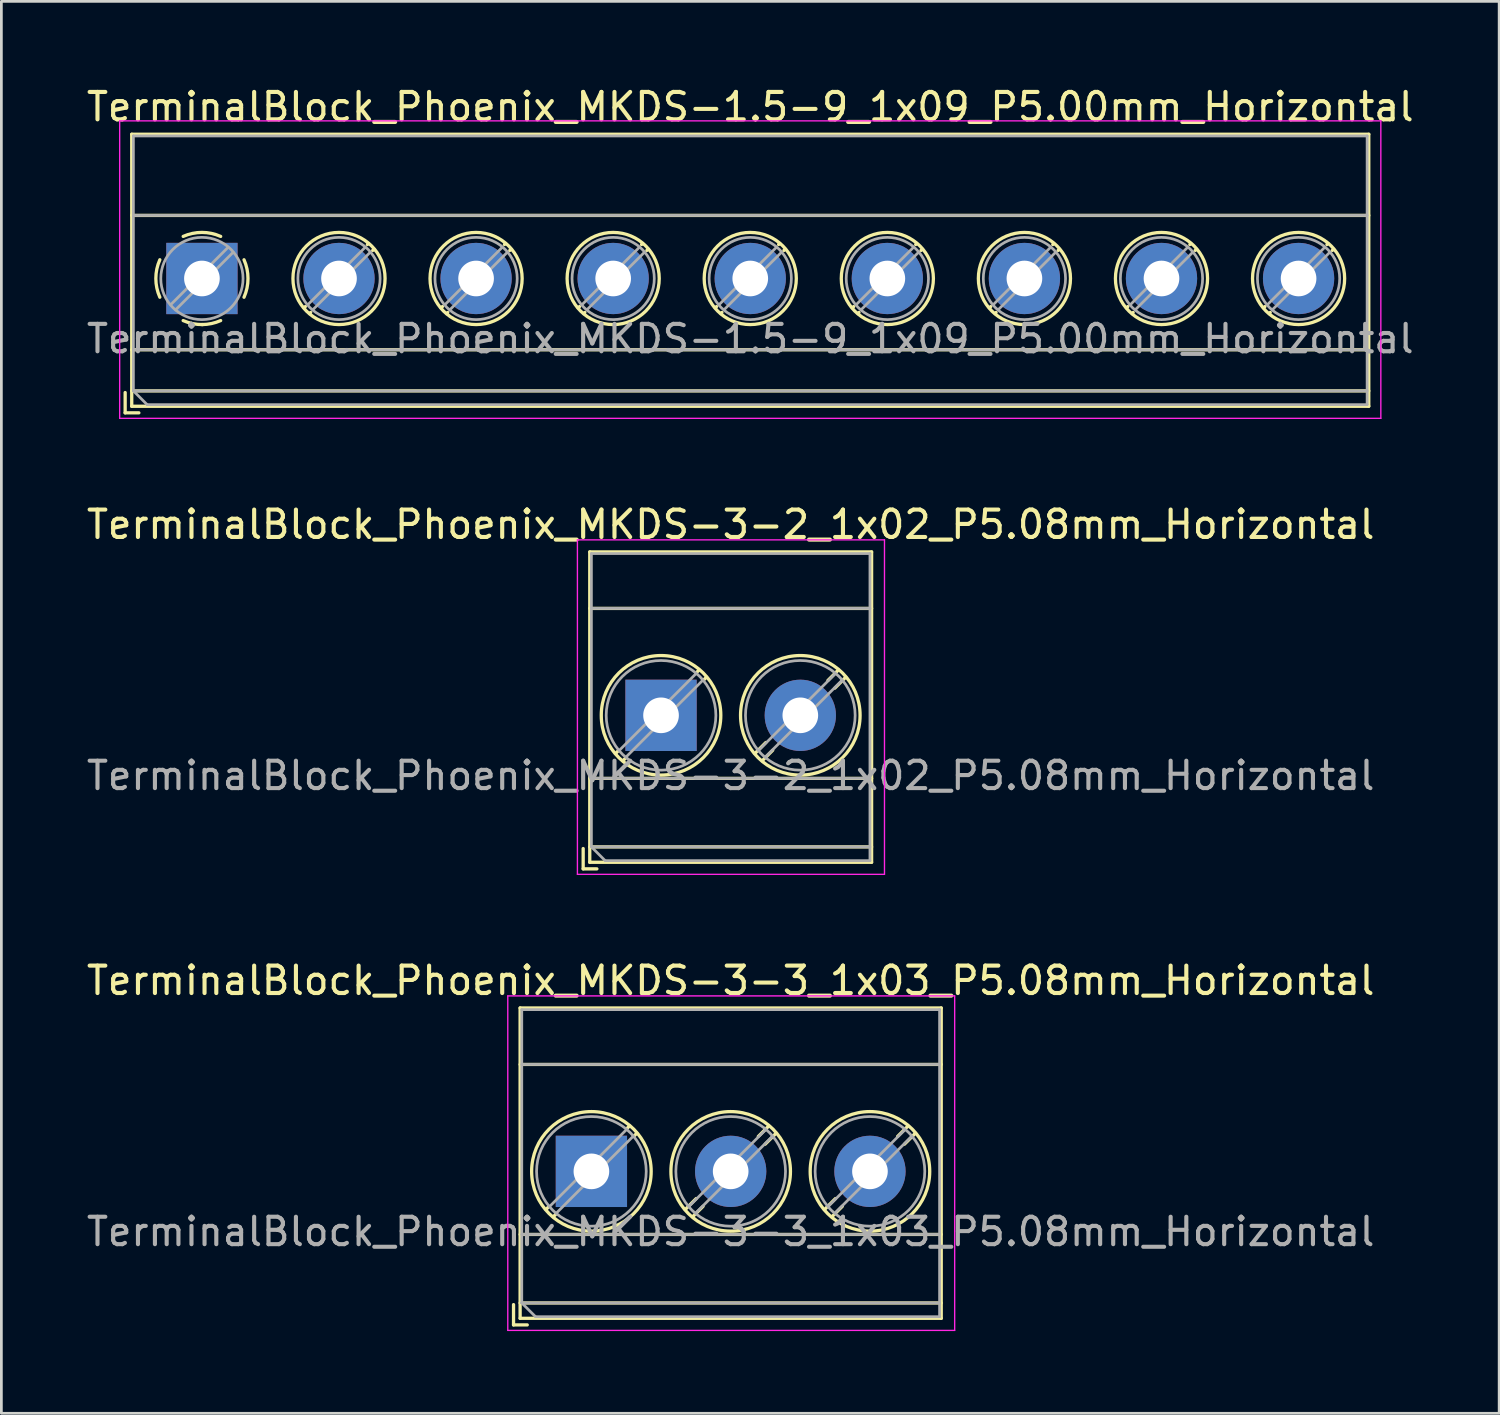
<source format=kicad_pcb>
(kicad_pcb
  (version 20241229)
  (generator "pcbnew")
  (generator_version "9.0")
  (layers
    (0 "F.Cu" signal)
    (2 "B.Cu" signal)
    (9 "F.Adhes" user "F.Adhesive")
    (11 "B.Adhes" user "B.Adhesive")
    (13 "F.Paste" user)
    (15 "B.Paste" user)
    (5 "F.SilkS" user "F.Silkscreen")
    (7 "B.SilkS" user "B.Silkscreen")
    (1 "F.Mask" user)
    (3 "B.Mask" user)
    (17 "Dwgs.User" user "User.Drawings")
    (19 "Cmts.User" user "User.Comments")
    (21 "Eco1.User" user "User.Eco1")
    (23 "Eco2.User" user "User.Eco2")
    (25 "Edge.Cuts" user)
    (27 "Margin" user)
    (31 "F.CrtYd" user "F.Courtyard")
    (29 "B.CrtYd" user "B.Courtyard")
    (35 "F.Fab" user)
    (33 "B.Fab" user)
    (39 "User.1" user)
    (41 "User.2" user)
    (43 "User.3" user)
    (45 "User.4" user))
  (footprint "TerminalBlock_Phoenix_MKDS-1.5-9_1x09_P5.00mm_Horizontal"
    (layer "F.Cu")
    (at 4.315 7.108)
    (property "Reference" "TerminalBlock_Phoenix_MKDS-1.5-9_1x09_P5.00mm_Horizontal" (at 20 -6.26 0) (layer "F.SilkS") (effects (font (size 1 1) (thickness 0.15))))
    (attr through_hole)
    (fp_line (start -2.8 4.16) (end -2.8 4.9) (stroke (width 0.12) (type solid)) (layer "F.SilkS"))
    (fp_line (start -2.8 4.9) (end -2.3 4.9) (stroke (width 0.12) (type solid)) (layer "F.SilkS"))
    (fp_line (start -2.56 -5.261) (end -2.56 4.66) (stroke (width 0.12) (type solid)) (layer "F.SilkS"))
    (fp_line (start -2.56 -5.261) (end 42.56 -5.261) (stroke (width 0.12) (type solid)) (layer "F.SilkS"))
    (fp_line (start -2.56 -2.301) (end 42.56 -2.301) (stroke (width 0.12) (type solid)) (layer "F.SilkS"))
    (fp_line (start -2.56 2.6) (end 42.56 2.6) (stroke (width 0.12) (type solid)) (layer "F.SilkS"))
    (fp_line (start -2.56 4.1) (end 42.56 4.1) (stroke (width 0.12) (type solid)) (layer "F.SilkS"))
    (fp_line (start -2.56 4.66) (end 42.56 4.66) (stroke (width 0.12) (type solid)) (layer "F.SilkS"))
    (fp_line (start 3.773 1.023) (end 3.726 1.069) (stroke (width 0.12) (type solid)) (layer "F.SilkS"))
    (fp_line (start 3.966 1.239) (end 3.931 1.274) (stroke (width 0.12) (type solid)) (layer "F.SilkS"))
    (fp_line (start 6.07 -1.275) (end 6.035 -1.239) (stroke (width 0.12) (type solid)) (layer "F.SilkS"))
    (fp_line (start 6.275 -1.069) (end 6.228 -1.023) (stroke (width 0.12) (type solid)) (layer "F.SilkS"))
    (fp_line (start 8.773 1.023) (end 8.726 1.069) (stroke (width 0.12) (type solid)) (layer "F.SilkS"))
    (fp_line (start 8.966 1.239) (end 8.931 1.274) (stroke (width 0.12) (type solid)) (layer "F.SilkS"))
    (fp_line (start 11.07 -1.275) (end 11.035 -1.239) (stroke (width 0.12) (type solid)) (layer "F.SilkS"))
    (fp_line (start 11.275 -1.069) (end 11.228 -1.023) (stroke (width 0.12) (type solid)) (layer "F.SilkS"))
    (fp_line (start 13.773 1.023) (end 13.726 1.069) (stroke (width 0.12) (type solid)) (layer "F.SilkS"))
    (fp_line (start 13.966 1.239) (end 13.931 1.274) (stroke (width 0.12) (type solid)) (layer "F.SilkS"))
    (fp_line (start 16.07 -1.275) (end 16.035 -1.239) (stroke (width 0.12) (type solid)) (layer "F.SilkS"))
    (fp_line (start 16.275 -1.069) (end 16.228 -1.023) (stroke (width 0.12) (type solid)) (layer "F.SilkS"))
    (fp_line (start 18.773 1.023) (end 18.726 1.069) (stroke (width 0.12) (type solid)) (layer "F.SilkS"))
    (fp_line (start 18.966 1.239) (end 18.931 1.274) (stroke (width 0.12) (type solid)) (layer "F.SilkS"))
    (fp_line (start 21.07 -1.275) (end 21.035 -1.239) (stroke (width 0.12) (type solid)) (layer "F.SilkS"))
    (fp_line (start 21.275 -1.069) (end 21.228 -1.023) (stroke (width 0.12) (type solid)) (layer "F.SilkS"))
    (fp_line (start 23.773 1.023) (end 23.726 1.069) (stroke (width 0.12) (type solid)) (layer "F.SilkS"))
    (fp_line (start 23.966 1.239) (end 23.931 1.274) (stroke (width 0.12) (type solid)) (layer "F.SilkS"))
    (fp_line (start 26.07 -1.275) (end 26.035 -1.239) (stroke (width 0.12) (type solid)) (layer "F.SilkS"))
    (fp_line (start 26.275 -1.069) (end 26.228 -1.023) (stroke (width 0.12) (type solid)) (layer "F.SilkS"))
    (fp_line (start 28.773 1.023) (end 28.726 1.069) (stroke (width 0.12) (type solid)) (layer "F.SilkS"))
    (fp_line (start 28.966 1.239) (end 28.931 1.274) (stroke (width 0.12) (type solid)) (layer "F.SilkS"))
    (fp_line (start 31.07 -1.275) (end 31.035 -1.239) (stroke (width 0.12) (type solid)) (layer "F.SilkS"))
    (fp_line (start 31.275 -1.069) (end 31.228 -1.023) (stroke (width 0.12) (type solid)) (layer "F.SilkS"))
    (fp_line (start 33.773 1.023) (end 33.726 1.069) (stroke (width 0.12) (type solid)) (layer "F.SilkS"))
    (fp_line (start 33.966 1.239) (end 33.931 1.274) (stroke (width 0.12) (type solid)) (layer "F.SilkS"))
    (fp_line (start 36.07 -1.275) (end 36.035 -1.239) (stroke (width 0.12) (type solid)) (layer "F.SilkS"))
    (fp_line (start 36.275 -1.069) (end 36.228 -1.023) (stroke (width 0.12) (type solid)) (layer "F.SilkS"))
    (fp_line (start 38.773 1.023) (end 38.726 1.069) (stroke (width 0.12) (type solid)) (layer "F.SilkS"))
    (fp_line (start 38.966 1.239) (end 38.931 1.274) (stroke (width 0.12) (type solid)) (layer "F.SilkS"))
    (fp_line (start 41.07 -1.275) (end 41.035 -1.239) (stroke (width 0.12) (type solid)) (layer "F.SilkS"))
    (fp_line (start 41.275 -1.069) (end 41.228 -1.023) (stroke (width 0.12) (type solid)) (layer "F.SilkS"))
    (fp_line (start 42.56 -5.261) (end 42.56 4.66) (stroke (width 0.12) (type solid)) (layer "F.SilkS"))
    (fp_arc (start -1.535427 0.683042) (mid -1.680501 -0.000524) (end -1.535 -0.684) (stroke (width 0.12) (type solid)) (layer "F.SilkS"))
    (fp_arc (start -0.683042 -1.535427) (mid 0.000524 -1.680501) (end 0.684 -1.535) (stroke (width 0.12) (type solid)) (layer "F.SilkS"))
    (fp_arc (start 0.028805 1.680253) (mid -0.335551 1.646659) (end -0.684 1.535) (stroke (width 0.12) (type solid)) (layer "F.SilkS"))
    (fp_arc (start 0.683318 1.534756) (mid 0.349292 1.643288) (end 0 1.68) (stroke (width 0.12) (type solid)) (layer "F.SilkS"))
    (fp_arc (start 1.535427 -0.683042) (mid 1.680501 0.000524) (end 1.535 0.684) (stroke (width 0.12) (type solid)) (layer "F.SilkS"))
    (fp_circle (center 5 0) (end 6.68 0) (stroke (width 0.12) (type solid)) (fill no) (layer "F.SilkS"))
    (fp_circle (center 10 0) (end 11.68 0) (stroke (width 0.12) (type solid)) (fill no) (layer "F.SilkS"))
    (fp_circle (center 15 0) (end 16.68 0) (stroke (width 0.12) (type solid)) (fill no) (layer "F.SilkS"))
    (fp_circle (center 20 0) (end 21.68 0) (stroke (width 0.12) (type solid)) (fill no) (layer "F.SilkS"))
    (fp_circle (center 25 0) (end 26.68 0) (stroke (width 0.12) (type solid)) (fill no) (layer "F.SilkS"))
    (fp_circle (center 30 0) (end 31.68 0) (stroke (width 0.12) (type solid)) (fill no) (layer "F.SilkS"))
    (fp_circle (center 35 0) (end 36.68 0) (stroke (width 0.12) (type solid)) (fill no) (layer "F.SilkS"))
    (fp_circle (center 40 0) (end 41.68 0) (stroke (width 0.12) (type solid)) (fill no) (layer "F.SilkS"))
    (fp_line (start -3 -5.75) (end -3 5.1) (stroke (width 0.05) (type solid)) (layer "F.CrtYd"))
    (fp_line (start -3 5.1) (end 43 5.1) (stroke (width 0.05) (type solid)) (layer "F.CrtYd"))
    (fp_line (start 43 -5.75) (end -3 -5.75) (stroke (width 0.05) (type solid)) (layer "F.CrtYd"))
    (fp_line (start 43 5.1) (end 43 -5.75) (stroke (width 0.05) (type solid)) (layer "F.CrtYd"))
    (fp_line (start -2.5 -5.2) (end 42.5 -5.2) (stroke (width 0.1) (type solid)) (layer "F.Fab"))
    (fp_line (start -2.5 -2.3) (end 42.5 -2.3) (stroke (width 0.1) (type solid)) (layer "F.Fab"))
    (fp_line (start -2.5 2.6) (end 42.5 2.6) (stroke (width 0.1) (type solid)) (layer "F.Fab"))
    (fp_line (start -2.5 4.1) (end -2.5 -5.2) (stroke (width 0.1) (type solid)) (layer "F.Fab"))
    (fp_line (start -2.5 4.1) (end 42.5 4.1) (stroke (width 0.1) (type solid)) (layer "F.Fab"))
    (fp_line (start -2 4.6) (end -2.5 4.1) (stroke (width 0.1) (type solid)) (layer "F.Fab"))
    (fp_line (start 0.955 -1.138) (end -1.138 0.955) (stroke (width 0.1) (type solid)) (layer "F.Fab"))
    (fp_line (start 1.138 -0.955) (end -0.955 1.138) (stroke (width 0.1) (type solid)) (layer "F.Fab"))
    (fp_line (start 5.955 -1.138) (end 3.863 0.955) (stroke (width 0.1) (type solid)) (layer "F.Fab"))
    (fp_line (start 6.138 -0.955) (end 4.046 1.138) (stroke (width 0.1) (type solid)) (layer "F.Fab"))
    (fp_line (start 10.955 -1.138) (end 8.863 0.955) (stroke (width 0.1) (type solid)) (layer "F.Fab"))
    (fp_line (start 11.138 -0.955) (end 9.046 1.138) (stroke (width 0.1) (type solid)) (layer "F.Fab"))
    (fp_line (start 15.955 -1.138) (end 13.863 0.955) (stroke (width 0.1) (type solid)) (layer "F.Fab"))
    (fp_line (start 16.138 -0.955) (end 14.046 1.138) (stroke (width 0.1) (type solid)) (layer "F.Fab"))
    (fp_line (start 20.955 -1.138) (end 18.863 0.955) (stroke (width 0.1) (type solid)) (layer "F.Fab"))
    (fp_line (start 21.138 -0.955) (end 19.046 1.138) (stroke (width 0.1) (type solid)) (layer "F.Fab"))
    (fp_line (start 25.955 -1.138) (end 23.863 0.955) (stroke (width 0.1) (type solid)) (layer "F.Fab"))
    (fp_line (start 26.138 -0.955) (end 24.046 1.138) (stroke (width 0.1) (type solid)) (layer "F.Fab"))
    (fp_line (start 30.955 -1.138) (end 28.863 0.955) (stroke (width 0.1) (type solid)) (layer "F.Fab"))
    (fp_line (start 31.138 -0.955) (end 29.046 1.138) (stroke (width 0.1) (type solid)) (layer "F.Fab"))
    (fp_line (start 35.955 -1.138) (end 33.863 0.955) (stroke (width 0.1) (type solid)) (layer "F.Fab"))
    (fp_line (start 36.138 -0.955) (end 34.046 1.138) (stroke (width 0.1) (type solid)) (layer "F.Fab"))
    (fp_line (start 40.955 -1.138) (end 38.863 0.955) (stroke (width 0.1) (type solid)) (layer "F.Fab"))
    (fp_line (start 41.138 -0.955) (end 39.046 1.138) (stroke (width 0.1) (type solid)) (layer "F.Fab"))
    (fp_line (start 42.5 -5.2) (end 42.5 4.6) (stroke (width 0.1) (type solid)) (layer "F.Fab"))
    (fp_line (start 42.5 4.6) (end -2 4.6) (stroke (width 0.1) (type solid)) (layer "F.Fab"))
    (fp_circle (center 0 0) (end 1.5 0) (stroke (width 0.1) (type solid)) (fill no) (layer "F.Fab"))
    (fp_circle (center 5 0) (end 6.5 0) (stroke (width 0.1) (type solid)) (fill no) (layer "F.Fab"))
    (fp_circle (center 10 0) (end 11.5 0) (stroke (width 0.1) (type solid)) (fill no) (layer "F.Fab"))
    (fp_circle (center 15 0) (end 16.5 0) (stroke (width 0.1) (type solid)) (fill no) (layer "F.Fab"))
    (fp_circle (center 20 0) (end 21.5 0) (stroke (width 0.1) (type solid)) (fill no) (layer "F.Fab"))
    (fp_circle (center 25 0) (end 26.5 0) (stroke (width 0.1) (type solid)) (fill no) (layer "F.Fab"))
    (fp_circle (center 30 0) (end 31.5 0) (stroke (width 0.1) (type solid)) (fill no) (layer "F.Fab"))
    (fp_circle (center 35 0) (end 36.5 0) (stroke (width 0.1) (type solid)) (fill no) (layer "F.Fab"))
    (fp_circle (center 40 0) (end 41.5 0) (stroke (width 0.1) (type solid)) (fill no) (layer "F.Fab"))
    (fp_text user "${REFERENCE}" (at 20 2.2 0) (layer "F.Fab") (effects (font (size 1 1) (thickness 0.15))))
    (pad "1" thru_hole rect (at 0 0) (size 2.6 2.6) (drill 1.3) (layers "*.Cu" "*.Mask"))
    (pad "2" thru_hole circle (at 5 0) (size 2.6 2.6) (drill 1.3) (layers "*.Cu" "*.Mask"))
    (pad "3" thru_hole circle (at 10 0) (size 2.6 2.6) (drill 1.3) (layers "*.Cu" "*.Mask"))
    (pad "4" thru_hole circle (at 15 0) (size 2.6 2.6) (drill 1.3) (layers "*.Cu" "*.Mask"))
    (pad "5" thru_hole circle (at 20 0) (size 2.6 2.6) (drill 1.3) (layers "*.Cu" "*.Mask"))
    (pad "6" thru_hole circle (at 25 0) (size 2.6 2.6) (drill 1.3) (layers "*.Cu" "*.Mask"))
    (pad "7" thru_hole circle (at 30 0) (size 2.6 2.6) (drill 1.3) (layers "*.Cu" "*.Mask"))
    (pad "8" thru_hole circle (at 35 0) (size 2.6 2.6) (drill 1.3) (layers "*.Cu" "*.Mask"))
    (pad "9" thru_hole circle (at 40 0) (size 2.6 2.6) (drill 1.3) (layers "*.Cu" "*.Mask")))
  (footprint "TerminalBlock_Phoenix_MKDS-3-3_1x03_P5.08mm_Horizontal"
    (layer "F.Cu")
    (at 18.521 39.675)
    (property "Reference" "TerminalBlock_Phoenix_MKDS-3-3_1x03_P5.08mm_Horizontal" (at 5.08 -6.96 0) (layer "F.SilkS") (effects (font (size 1 1) (thickness 0.15))))
    (attr through_hole)
    (fp_line (start -2.84 4.86) (end -2.84 5.6) (stroke (width 0.12) (type solid)) (layer "F.SilkS"))
    (fp_line (start -2.84 5.6) (end -2.34 5.6) (stroke (width 0.12) (type solid)) (layer "F.SilkS"))
    (fp_line (start -2.6 -5.96) (end -2.6 5.36) (stroke (width 0.12) (type solid)) (layer "F.SilkS"))
    (fp_line (start -2.6 -5.96) (end 12.76 -5.96) (stroke (width 0.12) (type solid)) (layer "F.SilkS"))
    (fp_line (start -2.6 -3.9) (end 12.76 -3.9) (stroke (width 0.12) (type solid)) (layer "F.SilkS"))
    (fp_line (start -2.6 2.3) (end 12.76 2.3) (stroke (width 0.12) (type solid)) (layer "F.SilkS"))
    (fp_line (start -2.6 4.8) (end 12.76 4.8) (stroke (width 0.12) (type solid)) (layer "F.SilkS"))
    (fp_line (start -2.6 5.36) (end 12.76 5.36) (stroke (width 0.12) (type solid)) (layer "F.SilkS"))
    (fp_line (start -1.548 1.281) (end -1.654 1.388) (stroke (width 0.12) (type solid)) (layer "F.SilkS"))
    (fp_line (start -1.282 1.547) (end -1.388 1.654) (stroke (width 0.12) (type solid)) (layer "F.SilkS"))
    (fp_line (start 1.388 -1.654) (end 1.281 -1.547) (stroke (width 0.12) (type solid)) (layer "F.SilkS"))
    (fp_line (start 1.654 -1.388) (end 1.547 -1.281) (stroke (width 0.12) (type solid)) (layer "F.SilkS"))
    (fp_line (start 3.822 0.992) (end 3.427 1.388) (stroke (width 0.12) (type solid)) (layer "F.SilkS"))
    (fp_line (start 4.073 1.274) (end 3.693 1.654) (stroke (width 0.12) (type solid)) (layer "F.SilkS"))
    (fp_line (start 6.468 -1.654) (end 6.088 -1.274) (stroke (width 0.12) (type solid)) (layer "F.SilkS"))
    (fp_line (start 6.734 -1.388) (end 6.339 -0.992) (stroke (width 0.12) (type solid)) (layer "F.SilkS"))
    (fp_line (start 8.902 0.992) (end 8.507 1.388) (stroke (width 0.12) (type solid)) (layer "F.SilkS"))
    (fp_line (start 9.153 1.274) (end 8.773 1.654) (stroke (width 0.12) (type solid)) (layer "F.SilkS"))
    (fp_line (start 11.548 -1.654) (end 11.168 -1.274) (stroke (width 0.12) (type solid)) (layer "F.SilkS"))
    (fp_line (start 11.814 -1.388) (end 11.419 -0.992) (stroke (width 0.12) (type solid)) (layer "F.SilkS"))
    (fp_line (start 12.76 -5.96) (end 12.76 5.36) (stroke (width 0.12) (type solid)) (layer "F.SilkS"))
    (fp_circle (center 0 0) (end 2.18 0) (stroke (width 0.12) (type solid)) (fill no) (layer "F.SilkS"))
    (fp_circle (center 5.08 0) (end 7.26 0) (stroke (width 0.12) (type solid)) (fill no) (layer "F.SilkS"))
    (fp_circle (center 10.16 0) (end 12.34 0) (stroke (width 0.12) (type solid)) (fill no) (layer "F.SilkS"))
    (fp_line (start -3.05 -6.4) (end -3.05 5.8) (stroke (width 0.05) (type solid)) (layer "F.CrtYd"))
    (fp_line (start -3.05 5.8) (end 13.25 5.8) (stroke (width 0.05) (type solid)) (layer "F.CrtYd"))
    (fp_line (start 13.25 -6.4) (end -3.05 -6.4) (stroke (width 0.05) (type solid)) (layer "F.CrtYd"))
    (fp_line (start 13.25 5.8) (end 13.25 -6.4) (stroke (width 0.05) (type solid)) (layer "F.CrtYd"))
    (fp_line (start -2.54 -5.9) (end 12.7 -5.9) (stroke (width 0.1) (type solid)) (layer "F.Fab"))
    (fp_line (start -2.54 -3.9) (end 12.7 -3.9) (stroke (width 0.1) (type solid)) (layer "F.Fab"))
    (fp_line (start -2.54 2.3) (end 12.7 2.3) (stroke (width 0.1) (type solid)) (layer "F.Fab"))
    (fp_line (start -2.54 4.8) (end -2.54 -5.9) (stroke (width 0.1) (type solid)) (layer "F.Fab"))
    (fp_line (start -2.54 4.8) (end 12.7 4.8) (stroke (width 0.1) (type solid)) (layer "F.Fab"))
    (fp_line (start -2.04 5.3) (end -2.54 4.8) (stroke (width 0.1) (type solid)) (layer "F.Fab"))
    (fp_line (start 1.273 -1.517) (end -1.517 1.273) (stroke (width 0.1) (type solid)) (layer "F.Fab"))
    (fp_line (start 1.517 -1.273) (end -1.273 1.517) (stroke (width 0.1) (type solid)) (layer "F.Fab"))
    (fp_line (start 6.353 -1.517) (end 3.564 1.273) (stroke (width 0.1) (type solid)) (layer "F.Fab"))
    (fp_line (start 6.597 -1.273) (end 3.808 1.517) (stroke (width 0.1) (type solid)) (layer "F.Fab"))
    (fp_line (start 11.433 -1.517) (end 8.644 1.273) (stroke (width 0.1) (type solid)) (layer "F.Fab"))
    (fp_line (start 11.677 -1.273) (end 8.888 1.517) (stroke (width 0.1) (type solid)) (layer "F.Fab"))
    (fp_line (start 12.7 -5.9) (end 12.7 5.3) (stroke (width 0.1) (type solid)) (layer "F.Fab"))
    (fp_line (start 12.7 5.3) (end -2.04 5.3) (stroke (width 0.1) (type solid)) (layer "F.Fab"))
    (fp_circle (center 0 0) (end 2 0) (stroke (width 0.1) (type solid)) (fill no) (layer "F.Fab"))
    (fp_circle (center 5.08 0) (end 7.08 0) (stroke (width 0.1) (type solid)) (fill no) (layer "F.Fab"))
    (fp_circle (center 10.16 0) (end 12.16 0) (stroke (width 0.1) (type solid)) (fill no) (layer "F.Fab"))
    (fp_text user "${REFERENCE}" (at 5.08 2.2 0) (layer "F.Fab") (effects (font (size 1 1) (thickness 0.15))))
    (pad "1" thru_hole rect (at 0 0) (size 2.6 2.6) (drill 1.3) (layers "*.Cu" "*.Mask"))
    (pad "2" thru_hole circle (at 5.08 0) (size 2.6 2.6) (drill 1.3) (layers "*.Cu" "*.Mask"))
    (pad "3" thru_hole circle (at 10.16 0) (size 2.6 2.6) (drill 1.3) (layers "*.Cu" "*.Mask")))
  (footprint "TerminalBlock_Phoenix_MKDS-3-2_1x02_P5.08mm_Horizontal"
    (layer "F.Cu")
    (at 21.061 23.041)
    (property "Reference" "TerminalBlock_Phoenix_MKDS-3-2_1x02_P5.08mm_Horizontal" (at 2.54 -6.96 0) (layer "F.SilkS") (effects (font (size 1 1) (thickness 0.15))))
    (attr through_hole)
    (fp_line (start -2.84 4.86) (end -2.84 5.6) (stroke (width 0.12) (type solid)) (layer "F.SilkS"))
    (fp_line (start -2.84 5.6) (end -2.34 5.6) (stroke (width 0.12) (type solid)) (layer "F.SilkS"))
    (fp_line (start -2.6 -5.96) (end -2.6 5.36) (stroke (width 0.12) (type solid)) (layer "F.SilkS"))
    (fp_line (start -2.6 -5.96) (end 7.68 -5.96) (stroke (width 0.12) (type solid)) (layer "F.SilkS"))
    (fp_line (start -2.6 -3.9) (end 7.68 -3.9) (stroke (width 0.12) (type solid)) (layer "F.SilkS"))
    (fp_line (start -2.6 2.3) (end 7.68 2.3) (stroke (width 0.12) (type solid)) (layer "F.SilkS"))
    (fp_line (start -2.6 4.8) (end 7.68 4.8) (stroke (width 0.12) (type solid)) (layer "F.SilkS"))
    (fp_line (start -2.6 5.36) (end 7.68 5.36) (stroke (width 0.12) (type solid)) (layer "F.SilkS"))
    (fp_line (start -1.548 1.281) (end -1.654 1.388) (stroke (width 0.12) (type solid)) (layer "F.SilkS"))
    (fp_line (start -1.282 1.547) (end -1.388 1.654) (stroke (width 0.12) (type solid)) (layer "F.SilkS"))
    (fp_line (start 1.388 -1.654) (end 1.281 -1.547) (stroke (width 0.12) (type solid)) (layer "F.SilkS"))
    (fp_line (start 1.654 -1.388) (end 1.547 -1.281) (stroke (width 0.12) (type solid)) (layer "F.SilkS"))
    (fp_line (start 3.822 0.992) (end 3.427 1.388) (stroke (width 0.12) (type solid)) (layer "F.SilkS"))
    (fp_line (start 4.073 1.274) (end 3.693 1.654) (stroke (width 0.12) (type solid)) (layer "F.SilkS"))
    (fp_line (start 6.468 -1.654) (end 6.088 -1.274) (stroke (width 0.12) (type solid)) (layer "F.SilkS"))
    (fp_line (start 6.734 -1.388) (end 6.339 -0.992) (stroke (width 0.12) (type solid)) (layer "F.SilkS"))
    (fp_line (start 7.68 -5.96) (end 7.68 5.36) (stroke (width 0.12) (type solid)) (layer "F.SilkS"))
    (fp_circle (center 0 0) (end 2.18 0) (stroke (width 0.12) (type solid)) (fill no) (layer "F.SilkS"))
    (fp_circle (center 5.08 0) (end 7.26 0) (stroke (width 0.12) (type solid)) (fill no) (layer "F.SilkS"))
    (fp_line (start -3.05 -6.4) (end -3.05 5.8) (stroke (width 0.05) (type solid)) (layer "F.CrtYd"))
    (fp_line (start -3.05 5.8) (end 8.15 5.8) (stroke (width 0.05) (type solid)) (layer "F.CrtYd"))
    (fp_line (start 8.15 -6.4) (end -3.05 -6.4) (stroke (width 0.05) (type solid)) (layer "F.CrtYd"))
    (fp_line (start 8.15 5.8) (end 8.15 -6.4) (stroke (width 0.05) (type solid)) (layer "F.CrtYd"))
    (fp_line (start -2.54 -5.9) (end 7.62 -5.9) (stroke (width 0.1) (type solid)) (layer "F.Fab"))
    (fp_line (start -2.54 -3.9) (end 7.62 -3.9) (stroke (width 0.1) (type solid)) (layer "F.Fab"))
    (fp_line (start -2.54 2.3) (end 7.62 2.3) (stroke (width 0.1) (type solid)) (layer "F.Fab"))
    (fp_line (start -2.54 4.8) (end -2.54 -5.9) (stroke (width 0.1) (type solid)) (layer "F.Fab"))
    (fp_line (start -2.54 4.8) (end 7.62 4.8) (stroke (width 0.1) (type solid)) (layer "F.Fab"))
    (fp_line (start -2.04 5.3) (end -2.54 4.8) (stroke (width 0.1) (type solid)) (layer "F.Fab"))
    (fp_line (start 1.273 -1.517) (end -1.517 1.273) (stroke (width 0.1) (type solid)) (layer "F.Fab"))
    (fp_line (start 1.517 -1.273) (end -1.273 1.517) (stroke (width 0.1) (type solid)) (layer "F.Fab"))
    (fp_line (start 6.353 -1.517) (end 3.564 1.273) (stroke (width 0.1) (type solid)) (layer "F.Fab"))
    (fp_line (start 6.597 -1.273) (end 3.808 1.517) (stroke (width 0.1) (type solid)) (layer "F.Fab"))
    (fp_line (start 7.62 -5.9) (end 7.62 5.3) (stroke (width 0.1) (type solid)) (layer "F.Fab"))
    (fp_line (start 7.62 5.3) (end -2.04 5.3) (stroke (width 0.1) (type solid)) (layer "F.Fab"))
    (fp_circle (center 0 0) (end 2 0) (stroke (width 0.1) (type solid)) (fill no) (layer "F.Fab"))
    (fp_circle (center 5.08 0) (end 7.08 0) (stroke (width 0.1) (type solid)) (fill no) (layer "F.Fab"))
    (fp_text user "${REFERENCE}" (at 2.54 2.2 0) (layer "F.Fab") (effects (font (size 1 1) (thickness 0.15))))
    (pad "1" thru_hole rect (at 0 0) (size 2.6 2.6) (drill 1.3) (layers "*.Cu" "*.Mask"))
    (pad "2" thru_hole circle (at 5.08 0) (size 2.6 2.6) (drill 1.3) (layers "*.Cu" "*.Mask")))
  (gr_rect
    (start -3 -3)
    (end 51.631 48.5)
    (stroke (width 0.1) (type default))
    (fill no)
    (layer "Edge.Cuts")))
</source>
